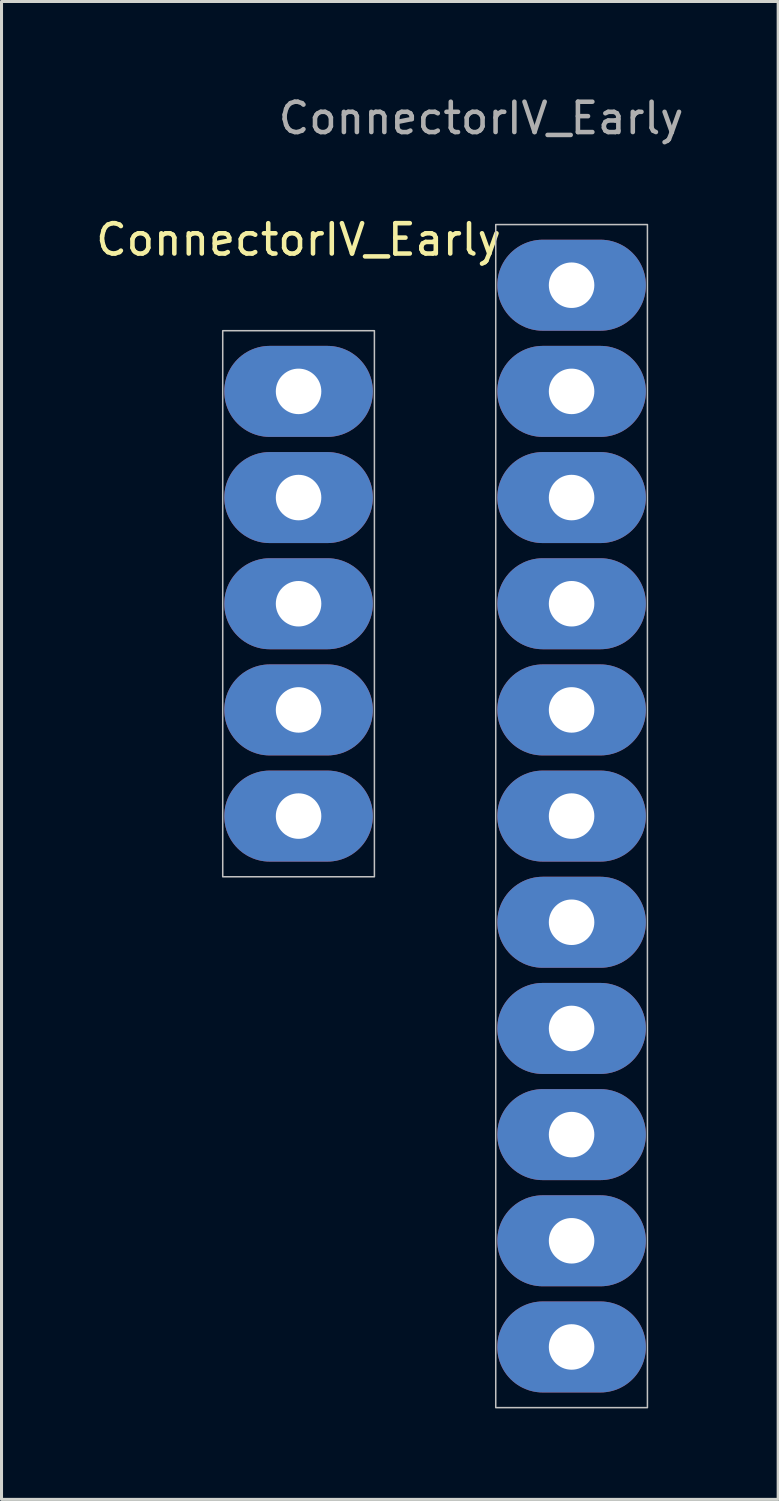
<source format=kicad_pcb>
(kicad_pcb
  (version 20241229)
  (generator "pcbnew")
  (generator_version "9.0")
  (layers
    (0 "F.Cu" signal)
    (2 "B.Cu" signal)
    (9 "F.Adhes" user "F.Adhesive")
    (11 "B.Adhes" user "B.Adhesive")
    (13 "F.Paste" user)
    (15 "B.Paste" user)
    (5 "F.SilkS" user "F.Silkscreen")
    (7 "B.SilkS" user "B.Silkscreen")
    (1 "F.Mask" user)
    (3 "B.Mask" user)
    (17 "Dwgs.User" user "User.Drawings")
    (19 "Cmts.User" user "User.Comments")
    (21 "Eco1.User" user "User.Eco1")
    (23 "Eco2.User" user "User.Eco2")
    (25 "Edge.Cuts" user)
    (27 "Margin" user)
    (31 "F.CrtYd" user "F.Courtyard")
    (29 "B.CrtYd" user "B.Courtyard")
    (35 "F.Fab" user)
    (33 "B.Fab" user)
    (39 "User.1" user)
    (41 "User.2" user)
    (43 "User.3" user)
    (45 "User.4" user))
  (footprint "ConnectorIV_Early"
    (layer "F.Cu")
    (at 15.792 6.352)
    (property "Reference" "ConnectorIV_Early" (at -9 -1.5 0) (unlocked yes) (layer "F.SilkS") (effects (font (size 1 1) (thickness 0.15))))
    (attr through_hole)
    (fp_rect (start -11.5 1.5) (end -6.5 19.5) (stroke (width 0.05) (type solid)) (fill no) (layer "Dwgs.User"))
    (fp_rect (start -2.5 -2) (end 2.5 37) (stroke (width 0.05) (type solid)) (fill no) (layer "Dwgs.User"))
    (fp_text user "${REFERENCE}" (at -2.982 -5.504 0) (unlocked yes) (layer "F.Fab") (effects (font (size 1 1) (thickness 0.15))))
    (pad "1" thru_hole oval (at 0 0) (size 4.9 3) (drill 1.5) (layers "*.Cu" "*.Mask"))
    (pad "2" thru_hole oval (at 0 3.5) (size 4.9 3) (drill 1.5) (layers "*.Cu" "*.Mask"))
    (pad "3" thru_hole oval (at 0 7) (size 4.9 3) (drill 1.5) (layers "*.Cu" "*.Mask"))
    (pad "4" thru_hole oval (at 0 10.5) (size 4.9 3) (drill 1.5) (layers "*.Cu" "*.Mask"))
    (pad "5" thru_hole oval (at 0 14) (size 4.9 3) (drill 1.5) (layers "*.Cu" "*.Mask"))
    (pad "6" thru_hole oval (at 0 17.5) (size 4.9 3) (drill 1.5) (layers "*.Cu" "*.Mask"))
    (pad "7" thru_hole oval (at 0 21) (size 4.9 3) (drill 1.5) (layers "*.Cu" "*.Mask"))
    (pad "8" thru_hole oval (at 0 24.5) (size 4.9 3) (drill 1.5) (layers "*.Cu" "*.Mask"))
    (pad "9" thru_hole oval (at 0 28) (size 4.9 3) (drill 1.5) (layers "*.Cu" "*.Mask"))
    (pad "10" thru_hole oval (at 0 31.5) (size 4.9 3) (drill 1.5) (layers "*.Cu" "*.Mask"))
    (pad "11" thru_hole oval (at 0 35) (size 4.9 3) (drill 1.5) (layers "*.Cu" "*.Mask"))
    (pad "12" thru_hole oval (at -9 3.5) (size 4.9 3) (drill 1.5) (layers "*.Cu" "*.Mask"))
    (pad "13" thru_hole oval (at -9 7) (size 4.9 3) (drill 1.5) (layers "*.Cu" "*.Mask"))
    (pad "14" thru_hole oval (at -9 10.5) (size 4.9 3) (drill 1.5) (layers "*.Cu" "*.Mask"))
    (pad "15" thru_hole oval (at -9 14) (size 4.9 3) (drill 1.5) (layers "*.Cu" "*.Mask"))
    (pad "16" thru_hole oval (at -9 17.5) (size 4.9 3) (drill 1.5) (layers "*.Cu" "*.Mask")))
  (gr_rect
    (start -3 -3)
    (end 22.602 46.377)
    (stroke (width 0.1) (type default))
    (fill no)
    (layer "Edge.Cuts")))
</source>
